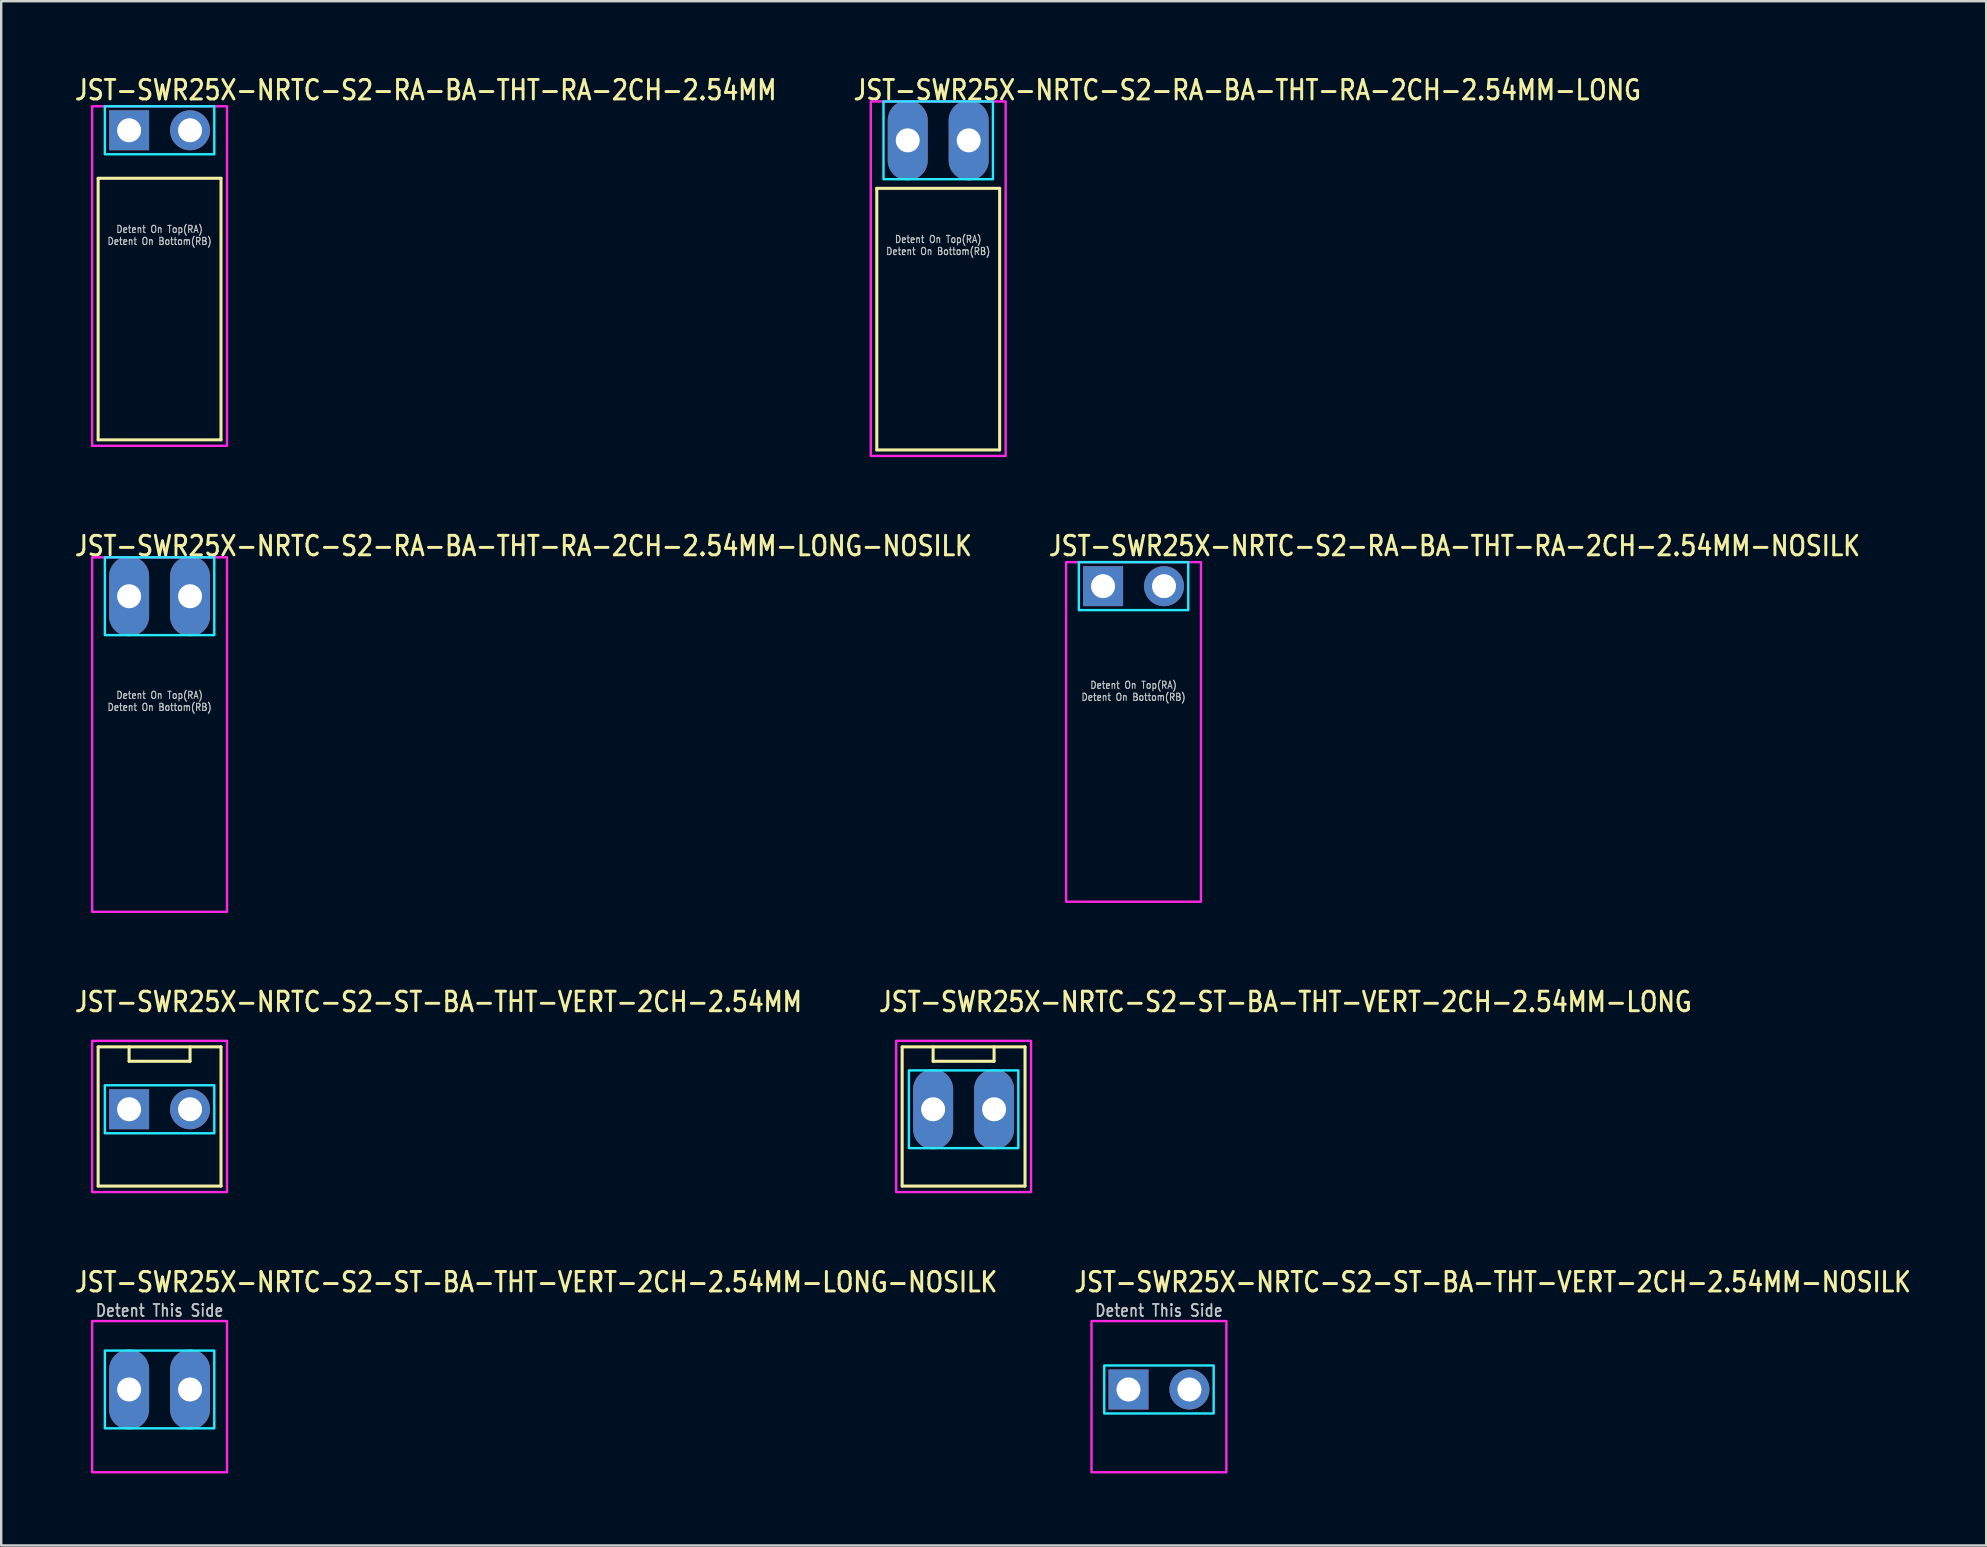
<source format=kicad_pcb>
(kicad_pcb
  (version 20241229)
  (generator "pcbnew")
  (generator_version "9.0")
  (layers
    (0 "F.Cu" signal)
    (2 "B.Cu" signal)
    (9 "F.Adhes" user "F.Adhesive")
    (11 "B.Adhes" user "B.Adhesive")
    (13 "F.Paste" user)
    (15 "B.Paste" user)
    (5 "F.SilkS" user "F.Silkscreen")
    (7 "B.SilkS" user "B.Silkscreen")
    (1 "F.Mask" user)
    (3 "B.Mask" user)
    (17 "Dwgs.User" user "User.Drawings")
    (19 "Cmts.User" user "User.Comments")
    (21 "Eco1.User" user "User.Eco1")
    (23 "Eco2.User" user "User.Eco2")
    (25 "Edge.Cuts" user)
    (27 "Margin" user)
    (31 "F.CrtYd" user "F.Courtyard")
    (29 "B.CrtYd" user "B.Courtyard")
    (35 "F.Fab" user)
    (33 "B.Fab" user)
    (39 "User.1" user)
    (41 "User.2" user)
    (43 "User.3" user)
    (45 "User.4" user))
  (footprint "JST-SWR25X-NRTC-S2-RA-BA-THT-RA-2CH-2.54MM-LONG"
    (layer "F.Cu")
    (at 36.048 2.799)
    (property "Reference" "JST-SWR25X-NRTC-S2-RA-BA-THT-RA-2CH-2.54MM-LONG" (at -3.6 -1.62 0) (unlocked yes) (layer "F.SilkS") (effects (font (size 0.813 0.695) (thickness 0.122)) (justify left bottom)))
    (fp_line (start -2.56 2) (end 2.56 2) (stroke (width 0.127) (type solid)) (layer "F.SilkS"))
    (fp_line (start -2.56 12.9) (end -2.56 2) (stroke (width 0.127) (type solid)) (layer "F.SilkS"))
    (fp_line (start -2.56 12.9) (end 2.56 12.9) (stroke (width 0.127) (type solid)) (layer "F.SilkS"))
    (fp_line (start 2.56 2) (end 2.56 12.9) (stroke (width 0.127) (type solid)) (layer "F.SilkS"))
    (fp_poly (pts (xy -2.28 -1.62) (xy -2.28 1.62) (xy 2.28 1.62) (xy 2.28 -1.62)) (stroke (width 0.1) (type solid)) (fill no) (layer "B.CrtYd"))
    (fp_poly (pts (xy -2.81 -1.62) (xy -2.81 13.15) (xy 2.81 13.15) (xy 2.81 -1.62)) (stroke (width 0.1) (type solid)) (fill no) (layer "F.CrtYd"))
    (fp_text user "Detent On Bottom(RB)" (at 0 4.8 0) (unlocked yes) (layer "Dwgs.User") (effects (font (size 0.3 0.257) (thickness 0.045)) (justify bottom)))
    (fp_text user "Detent On Top(RA)" (at 0 4.3 0) (unlocked yes) (layer "Dwgs.User") (effects (font (size 0.3 0.257) (thickness 0.045)) (justify bottom)))
    (pad "1" thru_hole oval (at -1.27 0 90) (size 3.333 1.667) (drill 1) (layers "*.Cu" "*.Mask"))
    (pad "2" thru_hole oval (at 1.27 0 90) (size 3.333 1.667) (drill 1) (layers "*.Cu" "*.Mask")))
  (footprint "JST-SWR25X-NRTC-S2-ST-BA-THT-VERT-2CH-2.54MM"
    (layer "F.Cu")
    (at 3.6 43.176)
    (property "Reference" "JST-SWR25X-NRTC-S2-ST-BA-THT-VERT-2CH-2.54MM" (at -3.6 -4 0) (unlocked yes) (layer "F.SilkS") (effects (font (size 0.813 0.695) (thickness 0.122)) (justify left bottom)))
    (fp_line (start -2.56 -2.6) (end 2.56 -2.6) (stroke (width 0.127) (type solid)) (layer "F.SilkS"))
    (fp_line (start -2.56 3.2) (end -2.56 -2.6) (stroke (width 0.127) (type solid)) (layer "F.SilkS"))
    (fp_line (start -2.56 3.2) (end 2.56 3.2) (stroke (width 0.127) (type solid)) (layer "F.SilkS"))
    (fp_line (start -1.27 -2.6) (end -1.27 -2) (stroke (width 0.127) (type solid)) (layer "F.SilkS"))
    (fp_line (start -1.27 -2) (end 1.27 -2) (stroke (width 0.127) (type solid)) (layer "F.SilkS"))
    (fp_line (start 1.27 -2.6) (end 1.27 -2) (stroke (width 0.127) (type solid)) (layer "F.SilkS"))
    (fp_line (start 2.56 -2.6) (end 2.56 3.2) (stroke (width 0.127) (type solid)) (layer "F.SilkS"))
    (fp_poly (pts (xy -2.28 -1) (xy -2.28 1) (xy 2.28 1) (xy 2.28 -1)) (stroke (width 0.1) (type solid)) (fill no) (layer "B.CrtYd"))
    (fp_poly (pts (xy -2.81 -2.85) (xy -2.81 3.45) (xy 2.81 3.45) (xy 2.81 -2.85)) (stroke (width 0.1) (type solid)) (fill no) (layer "F.CrtYd"))
    (pad "1" thru_hole rect (at -1.27 0) (size 1.667 1.667) (drill 1) (layers "*.Cu" "*.Mask"))
    (pad "2" thru_hole oval (at 1.27 0) (size 1.667 1.667) (drill 1) (layers "*.Cu" "*.Mask")))
  (footprint "JST-SWR25X-NRTC-S2-RA-BA-THT-RA-2CH-2.54MM-LONG-NOSILK"
    (layer "F.Cu")
    (at 3.6 21.797)
    (property "Reference" "JST-SWR25X-NRTC-S2-RA-BA-THT-RA-2CH-2.54MM-LONG-NOSILK" (at -3.6 -1.62 0) (unlocked yes) (layer "F.SilkS") (effects (font (size 0.813 0.695) (thickness 0.122)) (justify left bottom)))
    (fp_poly (pts (xy -2.28 -1.62) (xy -2.28 1.62) (xy 2.28 1.62) (xy 2.28 -1.62)) (stroke (width 0.1) (type solid)) (fill no) (layer "B.CrtYd"))
    (fp_poly (pts (xy -2.81 -1.62) (xy -2.81 13.15) (xy 2.81 13.15) (xy 2.81 -1.62)) (stroke (width 0.1) (type solid)) (fill no) (layer "F.CrtYd"))
    (fp_text user "Detent On Top(RA)" (at 0 4.3 0) (unlocked yes) (layer "Dwgs.User") (effects (font (size 0.3 0.257) (thickness 0.045)) (justify bottom)))
    (fp_text user "Detent On Bottom(RB)" (at 0 4.8 0) (unlocked yes) (layer "Dwgs.User") (effects (font (size 0.3 0.257) (thickness 0.045)) (justify bottom)))
    (pad "1" thru_hole oval (at -1.27 0 90) (size 3.333 1.667) (drill 1) (layers "*.Cu" "*.Mask"))
    (pad "2" thru_hole oval (at 1.27 0 90) (size 3.333 1.667) (drill 1) (layers "*.Cu" "*.Mask")))
  (footprint "JST-SWR25X-NRTC-S2-RA-BA-THT-RA-2CH-2.54MM-NOSILK"
    (layer "F.Cu")
    (at 44.188 21.377)
    (property "Reference" "JST-SWR25X-NRTC-S2-RA-BA-THT-RA-2CH-2.54MM-NOSILK" (at -3.6 -1.2 0) (unlocked yes) (layer "F.SilkS") (effects (font (size 0.813 0.695) (thickness 0.122)) (justify left bottom)))
    (fp_poly (pts (xy -2.28 -1) (xy -2.28 1) (xy 2.28 1) (xy 2.28 -1)) (stroke (width 0.1) (type solid)) (fill no) (layer "B.CrtYd"))
    (fp_poly (pts (xy -2.81 -1) (xy -2.81 13.15) (xy 2.81 13.15) (xy 2.81 -1)) (stroke (width 0.1) (type solid)) (fill no) (layer "F.CrtYd"))
    (fp_text user "Detent On Bottom(RB)" (at 0 4.8 0) (unlocked yes) (layer "Dwgs.User") (effects (font (size 0.3 0.257) (thickness 0.045)) (justify bottom)))
    (fp_text user "Detent On Top(RA)" (at 0 4.3 0) (unlocked yes) (layer "Dwgs.User") (effects (font (size 0.3 0.257) (thickness 0.045)) (justify bottom)))
    (pad "1" thru_hole rect (at -1.27 0) (size 1.667 1.667) (drill 1) (layers "*.Cu" "*.Mask"))
    (pad "2" thru_hole oval (at 1.27 0) (size 1.667 1.667) (drill 1) (layers "*.Cu" "*.Mask")))
  (footprint "JST-SWR25X-NRTC-S2-ST-BA-THT-VERT-2CH-2.54MM-LONG"
    (layer "F.Cu")
    (at 37.106 43.176)
    (property "Reference" "JST-SWR25X-NRTC-S2-ST-BA-THT-VERT-2CH-2.54MM-LONG" (at -3.6 -4 0) (unlocked yes) (layer "F.SilkS") (effects (font (size 0.813 0.695) (thickness 0.122)) (justify left bottom)))
    (fp_line (start -2.56 -2.6) (end 2.56 -2.6) (stroke (width 0.127) (type solid)) (layer "F.SilkS"))
    (fp_line (start -2.56 3.2) (end -2.56 -2.6) (stroke (width 0.127) (type solid)) (layer "F.SilkS"))
    (fp_line (start -2.56 3.2) (end 2.56 3.2) (stroke (width 0.127) (type solid)) (layer "F.SilkS"))
    (fp_line (start -1.27 -2.6) (end -1.27 -2) (stroke (width 0.127) (type solid)) (layer "F.SilkS"))
    (fp_line (start -1.27 -2) (end 1.27 -2) (stroke (width 0.127) (type solid)) (layer "F.SilkS"))
    (fp_line (start 1.27 -2.6) (end 1.27 -2) (stroke (width 0.127) (type solid)) (layer "F.SilkS"))
    (fp_line (start 2.56 -2.6) (end 2.56 3.2) (stroke (width 0.127) (type solid)) (layer "F.SilkS"))
    (fp_poly (pts (xy -2.28 -1.62) (xy -2.28 1.62) (xy 2.28 1.62) (xy 2.28 -1.62)) (stroke (width 0.1) (type solid)) (fill no) (layer "B.CrtYd"))
    (fp_poly (pts (xy -2.81 -2.85) (xy -2.81 3.45) (xy 2.81 3.45) (xy 2.81 -2.85)) (stroke (width 0.1) (type solid)) (fill no) (layer "F.CrtYd"))
    (pad "1" thru_hole oval (at -1.27 0 90) (size 3.333 1.667) (drill 1) (layers "*.Cu" "*.Mask"))
    (pad "2" thru_hole oval (at 1.27 0 90) (size 3.333 1.667) (drill 1) (layers "*.Cu" "*.Mask")))
  (footprint "JST-SWR25X-NRTC-S2-RA-BA-THT-RA-2CH-2.54MM"
    (layer "F.Cu")
    (at 3.6 2.379)
    (property "Reference" "JST-SWR25X-NRTC-S2-RA-BA-THT-RA-2CH-2.54MM" (at -3.6 -1.2 0) (unlocked yes) (layer "F.SilkS") (effects (font (size 0.813 0.695) (thickness 0.122)) (justify left bottom)))
    (fp_line (start -2.56 2) (end 2.56 2) (stroke (width 0.127) (type solid)) (layer "F.SilkS"))
    (fp_line (start -2.56 12.9) (end -2.56 2) (stroke (width 0.127) (type solid)) (layer "F.SilkS"))
    (fp_line (start -2.56 12.9) (end 2.56 12.9) (stroke (width 0.127) (type solid)) (layer "F.SilkS"))
    (fp_line (start 2.56 2) (end 2.56 12.9) (stroke (width 0.127) (type solid)) (layer "F.SilkS"))
    (fp_poly (pts (xy -2.28 -1) (xy -2.28 1) (xy 2.28 1) (xy 2.28 -1)) (stroke (width 0.1) (type solid)) (fill no) (layer "B.CrtYd"))
    (fp_poly (pts (xy -2.81 -1) (xy -2.81 13.15) (xy 2.81 13.15) (xy 2.81 -1)) (stroke (width 0.1) (type solid)) (fill no) (layer "F.CrtYd"))
    (fp_text user "Detent On Bottom(RB)" (at 0 4.8 0) (unlocked yes) (layer "Dwgs.User") (effects (font (size 0.3 0.257) (thickness 0.045)) (justify bottom)))
    (fp_text user "Detent On Top(RA)" (at 0 4.3 0) (unlocked yes) (layer "Dwgs.User") (effects (font (size 0.3 0.257) (thickness 0.045)) (justify bottom)))
    (pad "1" thru_hole rect (at -1.27 0) (size 1.667 1.667) (drill 1) (layers "*.Cu" "*.Mask"))
    (pad "2" thru_hole oval (at 1.27 0) (size 1.667 1.667) (drill 1) (layers "*.Cu" "*.Mask")))
  (footprint "JST-SWR25X-NRTC-S2-ST-BA-THT-VERT-2CH-2.54MM-LONG-NOSILK"
    (layer "F.Cu")
    (at 3.6 54.854)
    (property "Reference" "JST-SWR25X-NRTC-S2-ST-BA-THT-VERT-2CH-2.54MM-LONG-NOSILK" (at -3.6 -4 0) (unlocked yes) (layer "F.SilkS") (effects (font (size 0.813 0.695) (thickness 0.122)) (justify left bottom)))
    (fp_poly (pts (xy -2.28 -1.62) (xy -2.28 1.62) (xy 2.28 1.62) (xy 2.28 -1.62)) (stroke (width 0.1) (type solid)) (fill no) (layer "B.CrtYd"))
    (fp_poly (pts (xy -2.81 -2.85) (xy -2.81 3.45) (xy 2.81 3.45) (xy 2.81 -2.85)) (stroke (width 0.1) (type solid)) (fill no) (layer "F.CrtYd"))
    (fp_text user "Detent This Side" (at 0 -3 0) (unlocked yes) (layer "Dwgs.User") (effects (font (size 0.5 0.427) (thickness 0.075)) (justify bottom)))
    (pad "1" thru_hole oval (at -1.27 0 90) (size 3.333 1.667) (drill 1) (layers "*.Cu" "*.Mask"))
    (pad "2" thru_hole oval (at 1.27 0 90) (size 3.333 1.667) (drill 1) (layers "*.Cu" "*.Mask")))
  (footprint "JST-SWR25X-NRTC-S2-ST-BA-THT-VERT-2CH-2.54MM-NOSILK"
    (layer "F.Cu")
    (at 45.247 54.854)
    (property "Reference" "JST-SWR25X-NRTC-S2-ST-BA-THT-VERT-2CH-2.54MM-NOSILK" (at -3.6 -4 0) (unlocked yes) (layer "F.SilkS") (effects (font (size 0.813 0.695) (thickness 0.122)) (justify left bottom)))
    (fp_poly (pts (xy -2.28 -1) (xy -2.28 1) (xy 2.28 1) (xy 2.28 -1)) (stroke (width 0.1) (type solid)) (fill no) (layer "B.CrtYd"))
    (fp_poly (pts (xy -2.81 -2.85) (xy -2.81 3.45) (xy 2.81 3.45) (xy 2.81 -2.85)) (stroke (width 0.1) (type solid)) (fill no) (layer "F.CrtYd"))
    (fp_text user "Detent This Side" (at 0 -3 0) (unlocked yes) (layer "Dwgs.User") (effects (font (size 0.5 0.427) (thickness 0.075)) (justify bottom)))
    (pad "1" thru_hole rect (at -1.27 0) (size 1.667 1.667) (drill 1) (layers "*.Cu" "*.Mask"))
    (pad "2" thru_hole oval (at 1.27 0) (size 1.667 1.667) (drill 1) (layers "*.Cu" "*.Mask")))
  (gr_rect
    (start -3 -3)
    (end 79.72 61.354)
    (stroke (width 0.1) (type default))
    (fill no)
    (layer "Edge.Cuts")))
</source>
